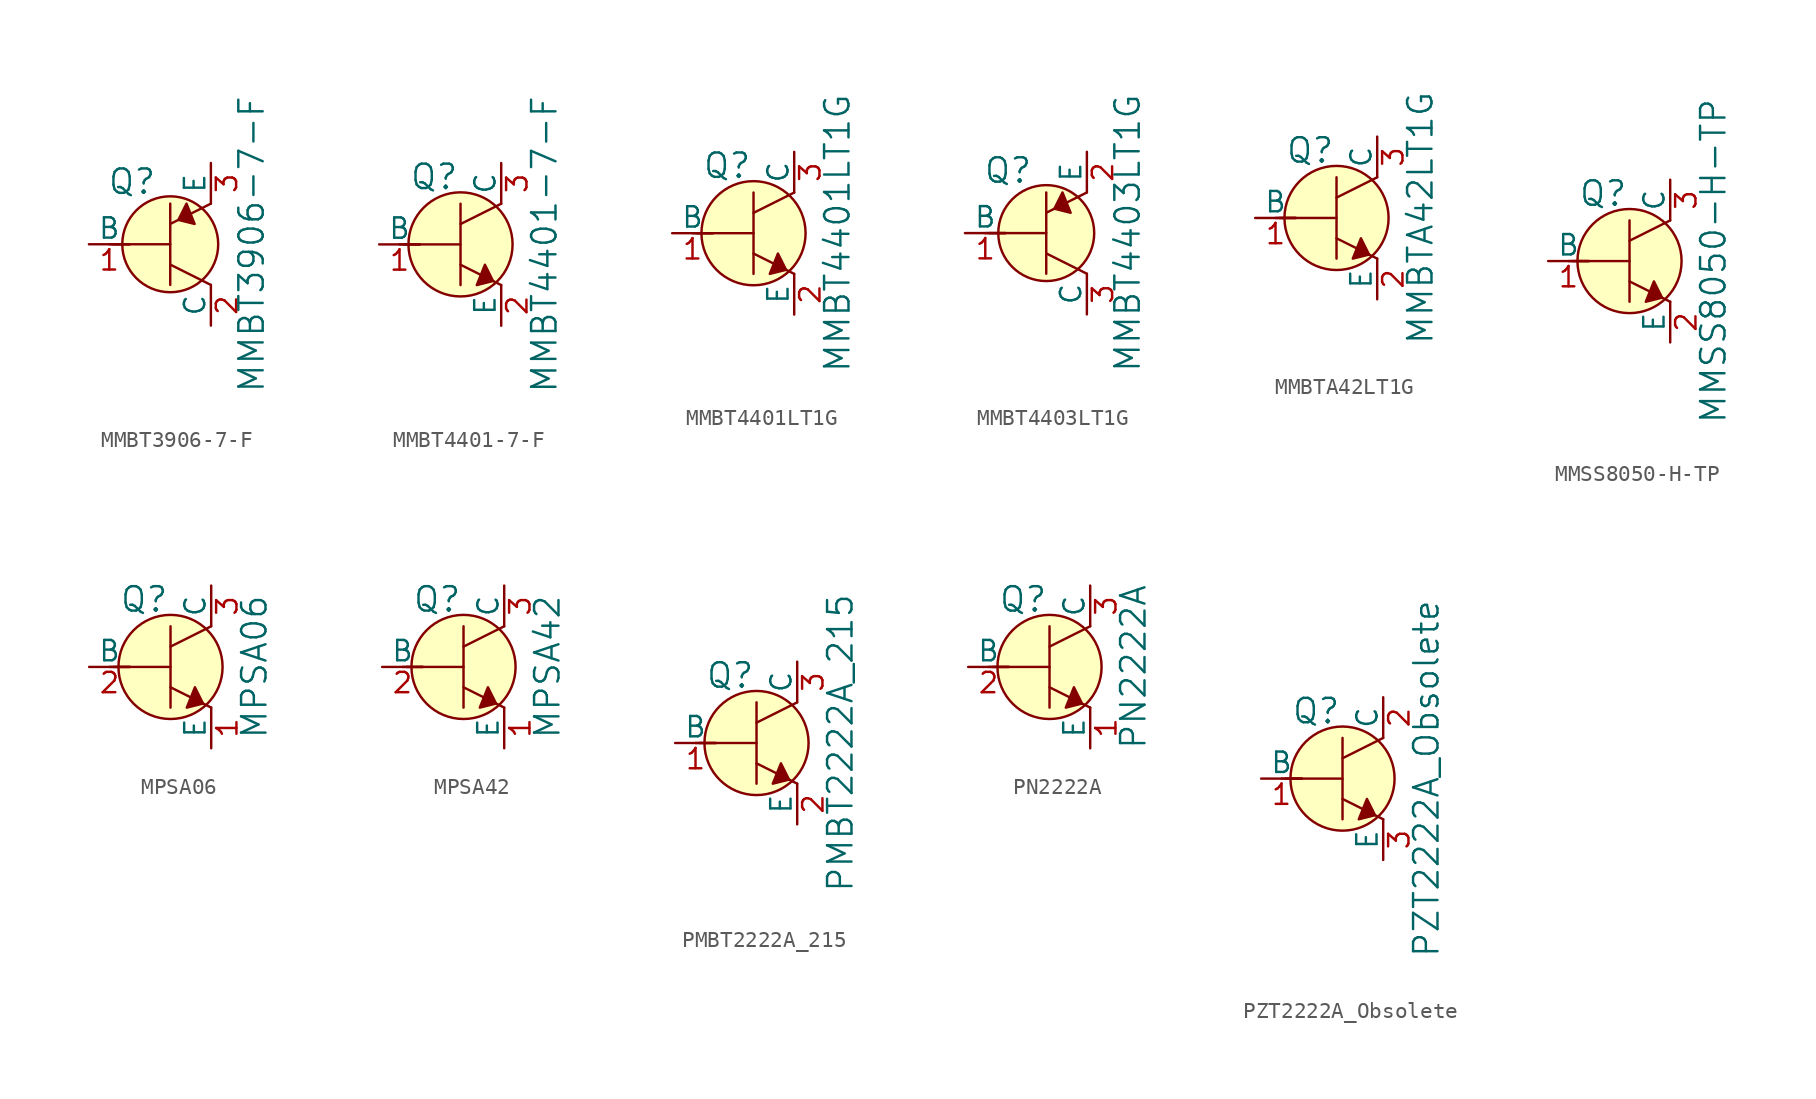
<source format=kicad_sym>
(kicad_symbol_lib
  (version 20220914)
  (generator kicad_symbol_editor)
  (symbol "MMBT3906-7-F"
    (pin_names
      (offset 0))
    (property "Reference" "Q"
      (at -2.388 3.912 0)
      (effects (font (size 1.524 1.524))))
    (property "Value" "MMBT3906-7-F"
      (at 5.08 0 90)
      (effects (font (size 1.524 1.524))))
    (symbol "MMBT3906-7-F_0_1"
      (polyline (pts (xy -3.81 0) (xy -2.54 0)) (stroke (width 0) (type solid)) (fill (type none)))
      (polyline (pts (xy -3.556 0) (xy 0 0)) (stroke (width 0) (type solid)) (fill (type none)))
      (polyline (pts (xy 0 -1.27) (xy 2.54 -2.54)) (stroke (width 0) (type solid)) (fill (type none)))
      (polyline (pts (xy 0 1.27) (xy 2.54 2.54)) (stroke (width 0) (type solid)) (fill (type none)))
      (polyline (pts (xy 0 2.54) (xy 0 -2.54)) (stroke (width 0) (type solid)) (fill (type none)))
      (polyline (pts (xy 1.016 2.54) (xy 0.508 1.524) (xy 1.524 1.27) (xy 1.016 2.54)) (stroke (width 0) (type solid)) (fill (type outline)))
      (circle (center 0 0) (radius 2.997) (stroke (width 0) (type solid)) (fill (type background))))
    (symbol "MMBT3906-7-F_1_1"
      (pin input line (at -5.08 0 0) (length 2.54) (name "B" (effects (font (size 1.27 1.27)))) (number "1" (effects (font (size 1.27 1.27)))))
      (pin passive line (at 2.54 -5.08 90) (length 2.54) (name "C" (effects (font (size 1.27 1.27)))) (number "2" (effects (font (size 1.27 1.27)))))
      (pin passive line (at 2.54 5.08 270) (length 2.54) (name "E" (effects (font (size 1.27 1.27)))) (number "3" (effects (font (size 1.27 1.27)))))))
  (symbol "MMBT4401-7-F"
    (pin_names
      (offset 0))
    (property "Reference" "Q"
      (at -3.2 4.216 0)
      (effects (font (size 1.524 1.524)) (justify left)))
    (property "Value" "MMBT4401-7-F"
      (at 5.232 0 90)
      (effects (font (size 1.524 1.524))))
    (symbol "MMBT4401-7-F_0_1"
      (polyline (pts (xy -3.81 0) (xy -2.54 0)) (stroke (width 0) (type solid)) (fill (type none)))
      (polyline (pts (xy -3.556 0) (xy 0 0)) (stroke (width 0) (type solid)) (fill (type none)))
      (polyline (pts (xy 0 -1.27) (xy 2.54 -2.54)) (stroke (width 0) (type solid)) (fill (type none)))
      (polyline (pts (xy 0 1.27) (xy 2.54 2.54)) (stroke (width 0) (type solid)) (fill (type none)))
      (polyline (pts (xy 0 2.54) (xy 0 -2.54)) (stroke (width 0) (type solid)) (fill (type none)))
      (polyline (pts (xy 1.524 -1.27) (xy 2.032 -2.286) (xy 1.016 -2.54) (xy 1.524 -1.27)) (stroke (width 0) (type solid)) (fill (type outline)))
      (circle (center 0 0) (radius 3.251) (stroke (width 0) (type solid)) (fill (type background))))
    (symbol "MMBT4401-7-F_1_1"
      (pin input line (at -5.08 0 0) (length 2.54) (name "B" (effects (font (size 1.27 1.27)))) (number "1" (effects (font (size 1.27 1.27)))))
      (pin passive line (at 2.54 -5.08 90) (length 2.54) (name "E" (effects (font (size 1.27 1.27)))) (number "2" (effects (font (size 1.27 1.27)))))
      (pin passive line (at 2.54 5.08 270) (length 2.54) (name "C" (effects (font (size 1.27 1.27)))) (number "3" (effects (font (size 1.27 1.27)))))))
  (symbol "MMBT4401LT1G"
    (pin_names
      (offset 0))
    (property "Reference" "Q"
      (at -3.2 4.216 0)
      (effects (font (size 1.524 1.524)) (justify left)))
    (property "Value" "MMBT4401LT1G"
      (at 5.232 0 90)
      (effects (font (size 1.524 1.524))))
    (symbol "MMBT4401LT1G_0_1"
      (polyline (pts (xy -3.81 0) (xy -2.54 0)) (stroke (width 0) (type solid)) (fill (type none)))
      (polyline (pts (xy -3.556 0) (xy 0 0)) (stroke (width 0) (type solid)) (fill (type none)))
      (polyline (pts (xy 0 -1.27) (xy 2.54 -2.54)) (stroke (width 0) (type solid)) (fill (type none)))
      (polyline (pts (xy 0 1.27) (xy 2.54 2.54)) (stroke (width 0) (type solid)) (fill (type none)))
      (polyline (pts (xy 0 2.54) (xy 0 -2.54)) (stroke (width 0) (type solid)) (fill (type none)))
      (polyline (pts (xy 1.524 -1.27) (xy 2.032 -2.286) (xy 1.016 -2.54) (xy 1.524 -1.27)) (stroke (width 0) (type solid)) (fill (type outline)))
      (circle (center 0 0) (radius 3.251) (stroke (width 0) (type solid)) (fill (type background))))
    (symbol "MMBT4401LT1G_1_1"
      (pin input line (at -5.08 0 0) (length 2.54) (name "B" (effects (font (size 1.27 1.27)))) (number "1" (effects (font (size 1.27 1.27)))))
      (pin passive line (at 2.54 -5.08 90) (length 2.54) (name "E" (effects (font (size 1.27 1.27)))) (number "2" (effects (font (size 1.27 1.27)))))
      (pin passive line (at 2.54 5.08 270) (length 2.54) (name "C" (effects (font (size 1.27 1.27)))) (number "3" (effects (font (size 1.27 1.27)))))))
  (symbol "MMBT4403LT1G"
    (pin_names
      (offset 0))
    (property "Reference" "Q"
      (at -2.388 3.912 0)
      (effects (font (size 1.524 1.524))))
    (property "Value" "MMBT4403LT1G"
      (at 5.08 0 90)
      (effects (font (size 1.524 1.524))))
    (symbol "MMBT4403LT1G_0_1"
      (polyline (pts (xy -3.81 0) (xy -2.54 0)) (stroke (width 0) (type solid)) (fill (type none)))
      (polyline (pts (xy -3.556 0) (xy 0 0)) (stroke (width 0) (type solid)) (fill (type none)))
      (polyline (pts (xy 0 -1.27) (xy 2.54 -2.54)) (stroke (width 0) (type solid)) (fill (type none)))
      (polyline (pts (xy 0 1.27) (xy 2.54 2.54)) (stroke (width 0) (type solid)) (fill (type none)))
      (polyline (pts (xy 0 2.54) (xy 0 -2.54)) (stroke (width 0) (type solid)) (fill (type none)))
      (polyline (pts (xy 1.016 2.54) (xy 0.508 1.524) (xy 1.524 1.27) (xy 1.016 2.54)) (stroke (width 0) (type solid)) (fill (type outline)))
      (circle (center 0 0) (radius 2.997) (stroke (width 0) (type solid)) (fill (type background))))
    (symbol "MMBT4403LT1G_1_1"
      (pin input line (at -5.08 0 0) (length 2.54) (name "B" (effects (font (size 1.27 1.27)))) (number "1" (effects (font (size 1.27 1.27)))))
      (pin passive line (at 2.54 5.08 270) (length 2.54) (name "E" (effects (font (size 1.27 1.27)))) (number "2" (effects (font (size 1.27 1.27)))))
      (pin passive line (at 2.54 -5.08 90) (length 2.54) (name "C" (effects (font (size 1.27 1.27)))) (number "3" (effects (font (size 1.27 1.27)))))))
  (symbol "MMBTA42LT1G"
    (pin_names
      (offset 0))
    (property "Reference" "Q"
      (at -3.2 4.216 0)
      (effects (font (size 1.524 1.524)) (justify left)))
    (property "Value" "MMBTA42LT1G"
      (at 5.232 0 90)
      (effects (font (size 1.524 1.524))))
    (symbol "MMBTA42LT1G_0_1"
      (polyline (pts (xy -3.81 0) (xy -2.54 0)) (stroke (width 0) (type solid)) (fill (type none)))
      (polyline (pts (xy -3.556 0) (xy 0 0)) (stroke (width 0) (type solid)) (fill (type none)))
      (polyline (pts (xy 0 -1.27) (xy 2.54 -2.54)) (stroke (width 0) (type solid)) (fill (type none)))
      (polyline (pts (xy 0 1.27) (xy 2.54 2.54)) (stroke (width 0) (type solid)) (fill (type none)))
      (polyline (pts (xy 0 2.54) (xy 0 -2.54)) (stroke (width 0) (type solid)) (fill (type none)))
      (polyline (pts (xy 1.524 -1.27) (xy 2.032 -2.286) (xy 1.016 -2.54) (xy 1.524 -1.27)) (stroke (width 0) (type solid)) (fill (type outline)))
      (circle (center 0 0) (radius 3.251) (stroke (width 0) (type solid)) (fill (type background))))
    (symbol "MMBTA42LT1G_1_1"
      (pin input line (at -5.08 0 0) (length 2.54) (name "B" (effects (font (size 1.27 1.27)))) (number "1" (effects (font (size 1.27 1.27)))))
      (pin passive line (at 2.54 -5.08 90) (length 2.54) (name "E" (effects (font (size 1.27 1.27)))) (number "2" (effects (font (size 1.27 1.27)))))
      (pin passive line (at 2.54 5.08 270) (length 2.54) (name "C" (effects (font (size 1.27 1.27)))) (number "3" (effects (font (size 1.27 1.27)))))))
  (symbol "MMSS8050-H-TP"
    (pin_names
      (offset 0))
    (property "Reference" "Q"
      (at -3.2 4.216 0)
      (effects (font (size 1.524 1.524)) (justify left)))
    (property "Value" "MMSS8050-H-TP"
      (at 5.232 0 90)
      (effects (font (size 1.524 1.524))))
    (symbol "MMSS8050-H-TP_0_1"
      (polyline (pts (xy -3.81 0) (xy -2.54 0)) (stroke (width 0) (type solid)) (fill (type none)))
      (polyline (pts (xy -3.556 0) (xy 0 0)) (stroke (width 0) (type solid)) (fill (type none)))
      (polyline (pts (xy 0 -1.27) (xy 2.54 -2.54)) (stroke (width 0) (type solid)) (fill (type none)))
      (polyline (pts (xy 0 1.27) (xy 2.54 2.54)) (stroke (width 0) (type solid)) (fill (type none)))
      (polyline (pts (xy 0 2.54) (xy 0 -2.54)) (stroke (width 0) (type solid)) (fill (type none)))
      (polyline (pts (xy 1.524 -1.27) (xy 2.032 -2.286) (xy 1.016 -2.54) (xy 1.524 -1.27)) (stroke (width 0) (type solid)) (fill (type outline)))
      (circle (center 0 0) (radius 3.251) (stroke (width 0) (type solid)) (fill (type background))))
    (symbol "MMSS8050-H-TP_1_1"
      (pin input line (at -5.08 0 0) (length 2.54) (name "B" (effects (font (size 1.27 1.27)))) (number "1" (effects (font (size 1.27 1.27)))))
      (pin passive line (at 2.54 -5.08 90) (length 2.54) (name "E" (effects (font (size 1.27 1.27)))) (number "2" (effects (font (size 1.27 1.27)))))
      (pin passive line (at 2.54 5.08 270) (length 2.54) (name "C" (effects (font (size 1.27 1.27)))) (number "3" (effects (font (size 1.27 1.27)))))))
  (symbol "MPSA06"
    (pin_names
      (offset 0))
    (property "Reference" "Q"
      (at -3.2 4.216 0)
      (effects (font (size 1.524 1.524)) (justify left)))
    (property "Value" "MPSA06"
      (at 5.232 0 90)
      (effects (font (size 1.524 1.524))))
    (symbol "MPSA06_0_1"
      (polyline (pts (xy -3.81 0) (xy -2.54 0)) (stroke (width 0) (type solid)) (fill (type none)))
      (polyline (pts (xy -3.556 0) (xy 0 0)) (stroke (width 0) (type solid)) (fill (type none)))
      (polyline (pts (xy 0 -1.27) (xy 2.54 -2.54)) (stroke (width 0) (type solid)) (fill (type none)))
      (polyline (pts (xy 0 1.27) (xy 2.54 2.54)) (stroke (width 0) (type solid)) (fill (type none)))
      (polyline (pts (xy 0 2.54) (xy 0 -2.54)) (stroke (width 0) (type solid)) (fill (type none)))
      (polyline (pts (xy 1.524 -1.27) (xy 2.032 -2.286) (xy 1.016 -2.54) (xy 1.524 -1.27)) (stroke (width 0) (type solid)) (fill (type outline)))
      (circle (center 0 0) (radius 3.251) (stroke (width 0) (type solid)) (fill (type background))))
    (symbol "MPSA06_1_1"
      (pin passive line (at 2.54 -5.08 90) (length 2.54) (name "E" (effects (font (size 1.27 1.27)))) (number "1" (effects (font (size 1.27 1.27)))))
      (pin input line (at -5.08 0 0) (length 2.54) (name "B" (effects (font (size 1.27 1.27)))) (number "2" (effects (font (size 1.27 1.27)))))
      (pin passive line (at 2.54 5.08 270) (length 2.54) (name "C" (effects (font (size 1.27 1.27)))) (number "3" (effects (font (size 1.27 1.27)))))))
  (symbol "MPSA42"
    (pin_names
      (offset 0))
    (property "Reference" "Q"
      (at -3.2 4.216 0)
      (effects (font (size 1.524 1.524)) (justify left)))
    (property "Value" "MPSA42"
      (at 5.232 0 90)
      (effects (font (size 1.524 1.524))))
    (symbol "MPSA42_0_1"
      (polyline (pts (xy -3.81 0) (xy -2.54 0)) (stroke (width 0) (type solid)) (fill (type none)))
      (polyline (pts (xy -3.556 0) (xy 0 0)) (stroke (width 0) (type solid)) (fill (type none)))
      (polyline (pts (xy 0 -1.27) (xy 2.54 -2.54)) (stroke (width 0) (type solid)) (fill (type none)))
      (polyline (pts (xy 0 1.27) (xy 2.54 2.54)) (stroke (width 0) (type solid)) (fill (type none)))
      (polyline (pts (xy 0 2.54) (xy 0 -2.54)) (stroke (width 0) (type solid)) (fill (type none)))
      (polyline (pts (xy 1.524 -1.27) (xy 2.032 -2.286) (xy 1.016 -2.54) (xy 1.524 -1.27)) (stroke (width 0) (type solid)) (fill (type outline)))
      (circle (center 0 0) (radius 3.251) (stroke (width 0) (type solid)) (fill (type background))))
    (symbol "MPSA42_1_1"
      (pin passive line (at 2.54 -5.08 90) (length 2.54) (name "E" (effects (font (size 1.27 1.27)))) (number "1" (effects (font (size 1.27 1.27)))))
      (pin input line (at -5.08 0 0) (length 2.54) (name "B" (effects (font (size 1.27 1.27)))) (number "2" (effects (font (size 1.27 1.27)))))
      (pin passive line (at 2.54 5.08 270) (length 2.54) (name "C" (effects (font (size 1.27 1.27)))) (number "3" (effects (font (size 1.27 1.27)))))))
  (symbol "PMBT2222A_215"
    (pin_names
      (offset 0))
    (property "Reference" "Q"
      (at -3.2 4.216 0)
      (effects (font (size 1.524 1.524)) (justify left)))
    (property "Value" "PMBT2222A_215"
      (at 5.232 0 90)
      (effects (font (size 1.524 1.524))))
    (symbol "PMBT2222A_215_0_1"
      (polyline (pts (xy -3.81 0) (xy -2.54 0)) (stroke (width 0) (type solid)) (fill (type none)))
      (polyline (pts (xy -3.556 0) (xy 0 0)) (stroke (width 0) (type solid)) (fill (type none)))
      (polyline (pts (xy 0 -1.27) (xy 2.54 -2.54)) (stroke (width 0) (type solid)) (fill (type none)))
      (polyline (pts (xy 0 1.27) (xy 2.54 2.54)) (stroke (width 0) (type solid)) (fill (type none)))
      (polyline (pts (xy 0 2.54) (xy 0 -2.54)) (stroke (width 0) (type solid)) (fill (type none)))
      (polyline (pts (xy 1.524 -1.27) (xy 2.032 -2.286) (xy 1.016 -2.54) (xy 1.524 -1.27)) (stroke (width 0) (type solid)) (fill (type outline)))
      (circle (center 0 0) (radius 3.251) (stroke (width 0) (type solid)) (fill (type background))))
    (symbol "PMBT2222A_215_1_1"
      (pin input line (at -5.08 0 0) (length 2.54) (name "B" (effects (font (size 1.27 1.27)))) (number "1" (effects (font (size 1.27 1.27)))))
      (pin passive line (at 2.54 -5.08 90) (length 2.54) (name "E" (effects (font (size 1.27 1.27)))) (number "2" (effects (font (size 1.27 1.27)))))
      (pin passive line (at 2.54 5.08 270) (length 2.54) (name "C" (effects (font (size 1.27 1.27)))) (number "3" (effects (font (size 1.27 1.27)))))))
  (symbol "PN2222A"
    (pin_names
      (offset 0))
    (property "Reference" "Q"
      (at -3.2 4.216 0)
      (effects (font (size 1.524 1.524)) (justify left)))
    (property "Value" "PN2222A"
      (at 5.232 0 90)
      (effects (font (size 1.524 1.524))))
    (symbol "PN2222A_0_1"
      (polyline (pts (xy -3.81 0) (xy -2.54 0)) (stroke (width 0) (type solid)) (fill (type none)))
      (polyline (pts (xy -3.556 0) (xy 0 0)) (stroke (width 0) (type solid)) (fill (type none)))
      (polyline (pts (xy 0 -1.27) (xy 2.54 -2.54)) (stroke (width 0) (type solid)) (fill (type none)))
      (polyline (pts (xy 0 1.27) (xy 2.54 2.54)) (stroke (width 0) (type solid)) (fill (type none)))
      (polyline (pts (xy 0 2.54) (xy 0 -2.54)) (stroke (width 0) (type solid)) (fill (type none)))
      (polyline (pts (xy 1.524 -1.27) (xy 2.032 -2.286) (xy 1.016 -2.54) (xy 1.524 -1.27)) (stroke (width 0) (type solid)) (fill (type outline)))
      (circle (center 0 0) (radius 3.251) (stroke (width 0) (type solid)) (fill (type background))))
    (symbol "PN2222A_1_1"
      (pin passive line (at 2.54 -5.08 90) (length 2.54) (name "E" (effects (font (size 1.27 1.27)))) (number "1" (effects (font (size 1.27 1.27)))))
      (pin input line (at -5.08 0 0) (length 2.54) (name "B" (effects (font (size 1.27 1.27)))) (number "2" (effects (font (size 1.27 1.27)))))
      (pin passive line (at 2.54 5.08 270) (length 2.54) (name "C" (effects (font (size 1.27 1.27)))) (number "3" (effects (font (size 1.27 1.27)))))))
  (symbol "PZT2222A_Obsolete"
    (pin_names
      (offset 0))
    (property "Reference" "Q"
      (at -3.2 4.216 0)
      (effects (font (size 1.524 1.524)) (justify left)))
    (property "Value" "PZT2222A_Obsolete"
      (at 5.232 0 90)
      (effects (font (size 1.524 1.524))))
    (symbol "PZT2222A_Obsolete_0_1"
      (polyline (pts (xy -3.81 0) (xy -2.54 0)) (stroke (width 0) (type solid)) (fill (type none)))
      (polyline (pts (xy -3.556 0) (xy 0 0)) (stroke (width 0) (type solid)) (fill (type none)))
      (polyline (pts (xy 0 -1.27) (xy 2.54 -2.54)) (stroke (width 0) (type solid)) (fill (type none)))
      (polyline (pts (xy 0 1.27) (xy 2.54 2.54)) (stroke (width 0) (type solid)) (fill (type none)))
      (polyline (pts (xy 0 2.54) (xy 0 -2.54)) (stroke (width 0) (type solid)) (fill (type none)))
      (polyline (pts (xy 1.524 -1.27) (xy 2.032 -2.286) (xy 1.016 -2.54) (xy 1.524 -1.27)) (stroke (width 0) (type solid)) (fill (type outline)))
      (circle (center 0 0) (radius 3.251) (stroke (width 0) (type solid)) (fill (type background))))
    (symbol "PZT2222A_Obsolete_1_1"
      (pin input line (at -5.08 0 0) (length 2.54) (name "B" (effects (font (size 1.27 1.27)))) (number "1" (effects (font (size 1.27 1.27)))))
      (pin passive line (at 2.54 5.08 270) (length 2.54) (name "C" (effects (font (size 1.27 1.27)))) (number "2" (effects (font (size 1.27 1.27)))))
      (pin passive line (at 2.54 -5.08 90) (length 2.54) (name "E" (effects (font (size 1.27 1.27)))) (number "3" (effects (font (size 1.27 1.27))))))))
</source>
